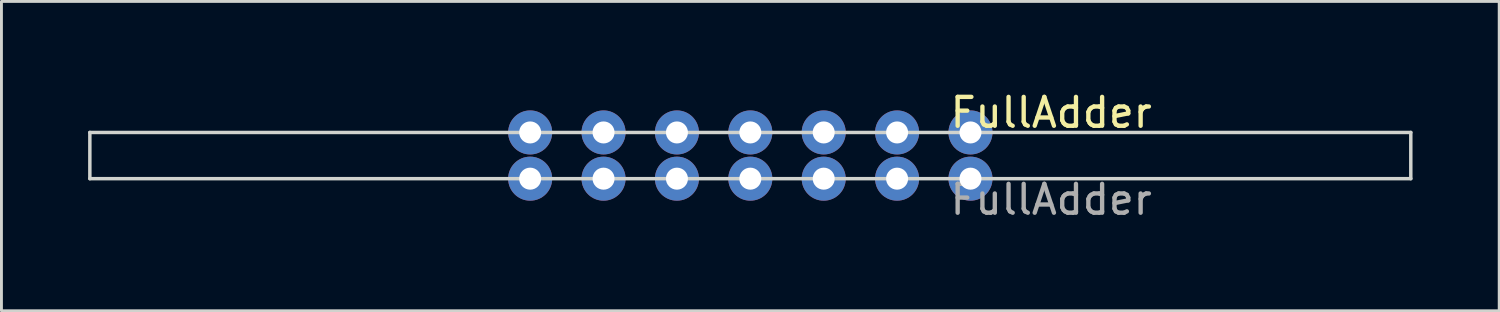
<source format=kicad_pcb>
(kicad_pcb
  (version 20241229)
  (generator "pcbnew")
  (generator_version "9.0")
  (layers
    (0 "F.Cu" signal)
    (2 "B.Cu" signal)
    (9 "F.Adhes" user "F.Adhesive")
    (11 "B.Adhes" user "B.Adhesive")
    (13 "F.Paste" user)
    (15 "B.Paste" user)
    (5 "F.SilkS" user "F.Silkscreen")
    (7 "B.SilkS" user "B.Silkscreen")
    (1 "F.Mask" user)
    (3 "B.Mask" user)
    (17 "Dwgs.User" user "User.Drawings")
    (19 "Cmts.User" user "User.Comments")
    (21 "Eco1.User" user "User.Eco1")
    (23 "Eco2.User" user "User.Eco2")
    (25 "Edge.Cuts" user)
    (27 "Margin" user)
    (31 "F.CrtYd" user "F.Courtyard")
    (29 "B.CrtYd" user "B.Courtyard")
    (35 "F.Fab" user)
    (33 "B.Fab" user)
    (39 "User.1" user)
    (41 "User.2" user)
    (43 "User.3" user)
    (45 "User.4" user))
  (footprint "FullAdder"
    (layer "F.Cu")
    (at 22.92 2.334)
    (property "Reference" "FullAdder" (at 10.414 -1.486 0) (unlocked yes) (layer "F.SilkS") (effects (font (size 1 1) (thickness 0.15))))
    (fp_line (start -22.86 -0.8) (end -22.86 0.8) (stroke (width 0.12) (type solid)) (layer "Edge.Cuts"))
    (fp_line (start -22.86 -0.8) (end 22.86 -0.8) (stroke (width 0.12) (type solid)) (layer "Edge.Cuts"))
    (fp_line (start -22.86 0.8) (end 22.86 0.8) (stroke (width 0.12) (type solid)) (layer "Edge.Cuts"))
    (fp_line (start 22.86 -0.8) (end 22.86 0.8) (stroke (width 0.12) (type solid)) (layer "Edge.Cuts"))
    (fp_text user "${REFERENCE}" (at 10.414 1.524 0) (unlocked yes) (layer "F.Fab") (effects (font (size 1 1) (thickness 0.15))))
    (pad "1" thru_hole circle (at -7.62 -0.8) (size 1.524 1.524) (drill 0.762) (layers "*.Cu" "*.Mask"))
    (pad "1" thru_hole circle (at -7.62 0.8) (size 1.524 1.524) (drill 0.762) (layers "*.Cu" "*.Mask"))
    (pad "2" thru_hole circle (at -5.08 -0.8) (size 1.524 1.524) (drill 0.762) (layers "*.Cu" "*.Mask"))
    (pad "2" thru_hole circle (at -5.08 0.8) (size 1.524 1.524) (drill 0.762) (layers "*.Cu" "*.Mask"))
    (pad "3" thru_hole circle (at -2.54 -0.8) (size 1.524 1.524) (drill 0.762) (layers "*.Cu" "*.Mask"))
    (pad "3" thru_hole circle (at -2.54 0.8) (size 1.524 1.524) (drill 0.762) (layers "*.Cu" "*.Mask"))
    (pad "4" thru_hole circle (at 0 -0.8) (size 1.524 1.524) (drill 0.762) (layers "*.Cu" "*.Mask"))
    (pad "4" thru_hole circle (at 0 0.8) (size 1.524 1.524) (drill 0.762) (layers "*.Cu" "*.Mask"))
    (pad "5" thru_hole circle (at 2.54 -0.8) (size 1.524 1.524) (drill 0.762) (layers "*.Cu" "*.Mask"))
    (pad "5" thru_hole circle (at 2.54 0.8) (size 1.524 1.524) (drill 0.762) (layers "*.Cu" "*.Mask"))
    (pad "6" thru_hole circle (at 5.08 -0.8) (size 1.524 1.524) (drill 0.762) (layers "*.Cu" "*.Mask"))
    (pad "6" thru_hole circle (at 5.08 0.8) (size 1.524 1.524) (drill 0.762) (layers "*.Cu" "*.Mask"))
    (pad "7" thru_hole circle (at 7.62 -0.8) (size 1.524 1.524) (drill 0.762) (layers "*.Cu" "*.Mask"))
    (pad "7" thru_hole circle (at 7.62 0.8) (size 1.524 1.524) (drill 0.762) (layers "*.Cu" "*.Mask")))
  (gr_rect
    (start -3 -3)
    (end 48.84 7.706)
    (stroke (width 0.1) (type default))
    (fill no)
    (layer "Edge.Cuts")))
</source>
